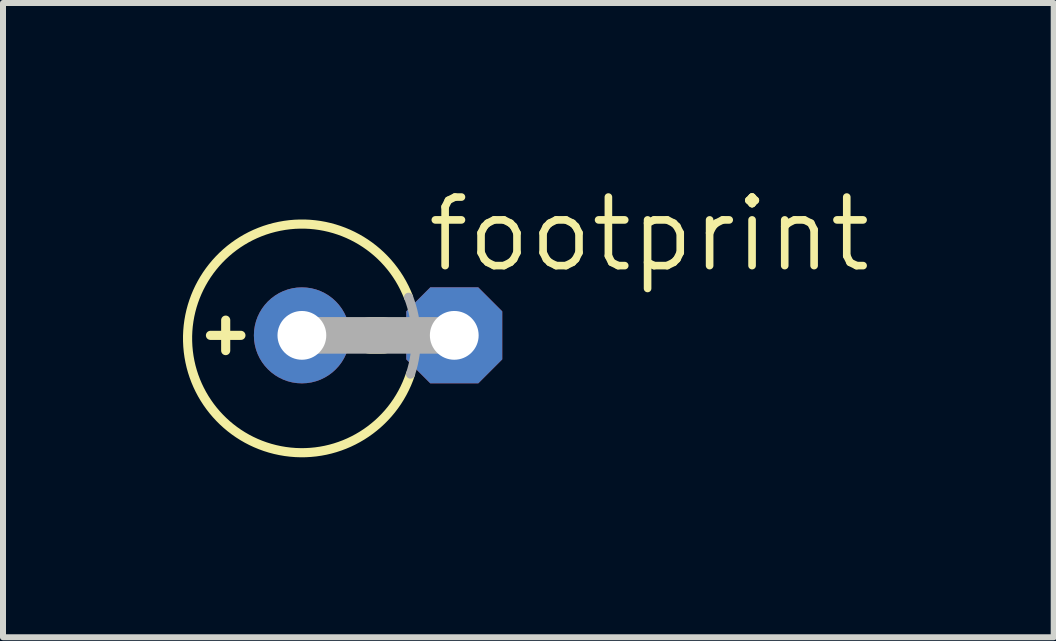
<source format=kicad_pcb>
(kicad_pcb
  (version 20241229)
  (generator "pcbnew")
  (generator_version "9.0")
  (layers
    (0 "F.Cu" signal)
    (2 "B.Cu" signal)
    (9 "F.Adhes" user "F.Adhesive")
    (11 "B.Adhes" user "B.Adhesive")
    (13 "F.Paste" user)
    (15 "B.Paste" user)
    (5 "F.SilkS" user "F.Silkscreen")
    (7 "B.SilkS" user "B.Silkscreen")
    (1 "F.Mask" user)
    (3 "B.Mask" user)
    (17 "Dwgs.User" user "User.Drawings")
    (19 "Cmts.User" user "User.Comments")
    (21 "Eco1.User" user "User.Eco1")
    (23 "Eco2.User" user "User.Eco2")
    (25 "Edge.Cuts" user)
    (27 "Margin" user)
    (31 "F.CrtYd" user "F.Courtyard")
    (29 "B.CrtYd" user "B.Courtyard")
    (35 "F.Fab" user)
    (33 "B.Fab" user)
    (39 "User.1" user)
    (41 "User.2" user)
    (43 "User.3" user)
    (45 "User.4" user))
  (footprint "footprint"
    (layer "F.Cu")
    (at 3.252 2.54)
    (property "Reference" "footprint" (at 0.762 -1.016 0) (layer "F.SilkS") (effects (font (size 1.143 1.143) (thickness 0.127)) (justify left bottom)))
    (fp_line (start -2.794 0) (end -2.286 0) (stroke (width 0.152) (type solid)) (layer "F.SilkS"))
    (fp_line (start -2.54 0.254) (end -2.54 -0.254) (stroke (width 0.152) (type solid)) (layer "F.SilkS"))
    (fp_line (start -0.127 0) (end 0.076 0) (stroke (width 0.61) (type solid)) (layer "F.SilkS"))
    (fp_arc (start 0.5403 0.6456) (mid -3.174983 0.098601) (end 0.508 -0.635) (stroke (width 0.1524) (type solid)) (layer "F.SilkS"))
    (fp_line (start 1.27 0) (end -1.27 0) (stroke (width 0.61) (type solid)) (layer "F.Fab"))
    (fp_arc (start 0.508 -0.635) (mid 0.634982 0.002505) (end 0.5403 0.6456) (stroke (width 0.1524) (type solid)) (layer "F.Fab"))
    (pad "+" thru_hole circle (at -1.27 0) (size 1.6 1.6) (drill 0.813) (layers "*.Cu" "*.Mask"))
    (pad "-" thru_hole roundrect (at 1.27 0) (size 1.6 1.6) (drill 0.813) (layers "*.Cu" "*.Mask") (roundrect_rratio 0.25) (chamfer_ratio 0.25) (chamfer top_left top_right bottom_left bottom_right)))
  (gr_rect
    (start -3 -3)
    (end 14.514 7.572)
    (stroke (width 0.1) (type default))
    (fill no)
    (layer "Edge.Cuts")))
</source>
